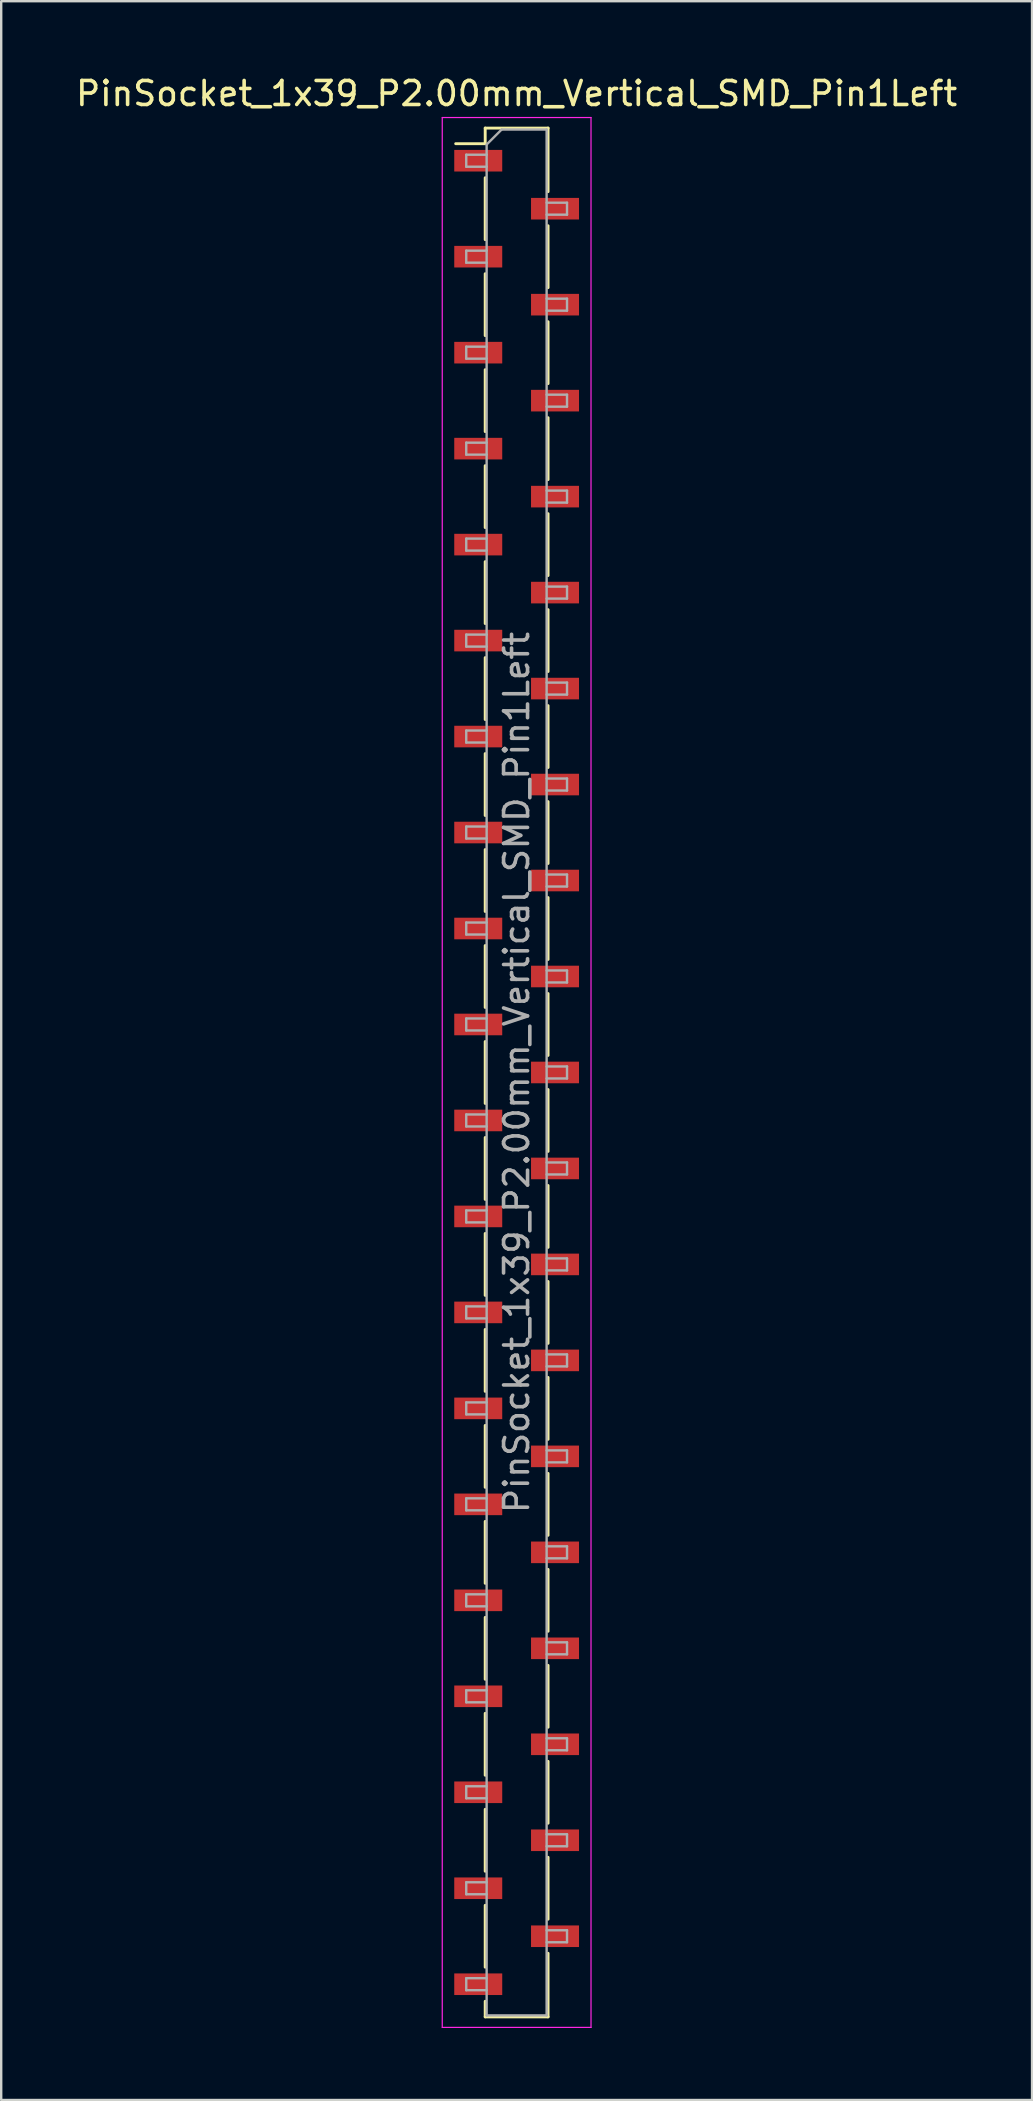
<source format=kicad_pcb>
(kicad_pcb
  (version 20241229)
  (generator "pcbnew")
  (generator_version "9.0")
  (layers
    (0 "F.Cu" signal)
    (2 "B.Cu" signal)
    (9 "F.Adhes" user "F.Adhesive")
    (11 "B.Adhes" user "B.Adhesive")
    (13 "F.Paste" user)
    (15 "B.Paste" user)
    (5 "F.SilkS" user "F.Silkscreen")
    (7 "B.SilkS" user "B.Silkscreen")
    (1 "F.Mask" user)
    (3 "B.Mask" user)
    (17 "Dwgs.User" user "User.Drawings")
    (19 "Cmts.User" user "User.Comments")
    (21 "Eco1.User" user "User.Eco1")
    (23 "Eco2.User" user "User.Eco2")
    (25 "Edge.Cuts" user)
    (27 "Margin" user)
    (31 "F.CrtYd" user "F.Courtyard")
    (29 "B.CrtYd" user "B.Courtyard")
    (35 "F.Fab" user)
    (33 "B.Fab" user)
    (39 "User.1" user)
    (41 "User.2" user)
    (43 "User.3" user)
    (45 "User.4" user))
  (footprint "PinSocket_1x39_P2.00mm_Vertical_SMD_Pin1Left"
    (layer "F.Cu")
    (at 18.482 41.648)
    (property "Reference" "PinSocket_1x39_P2.00mm_Vertical_SMD_Pin1Left" (at 0 -40.8 0) (layer "F.SilkS") (effects (font (size 1 1) (thickness 0.15))))
    (attr smd)
    (fp_line (start -2.54 -38.71) (end -1.31 -38.71) (stroke (width 0.12) (type solid)) (layer "F.SilkS"))
    (fp_line (start -1.31 -39.36) (end -1.31 -38.71) (stroke (width 0.12) (type solid)) (layer "F.SilkS"))
    (fp_line (start -1.31 -39.36) (end 1.31 -39.36) (stroke (width 0.12) (type solid)) (layer "F.SilkS"))
    (fp_line (start -1.31 -37.29) (end -1.31 -34.71) (stroke (width 0.12) (type solid)) (layer "F.SilkS"))
    (fp_line (start -1.31 -33.29) (end -1.31 -30.71) (stroke (width 0.12) (type solid)) (layer "F.SilkS"))
    (fp_line (start -1.31 -29.29) (end -1.31 -26.71) (stroke (width 0.12) (type solid)) (layer "F.SilkS"))
    (fp_line (start -1.31 -25.29) (end -1.31 -22.71) (stroke (width 0.12) (type solid)) (layer "F.SilkS"))
    (fp_line (start -1.31 -21.29) (end -1.31 -18.71) (stroke (width 0.12) (type solid)) (layer "F.SilkS"))
    (fp_line (start -1.31 -17.29) (end -1.31 -14.71) (stroke (width 0.12) (type solid)) (layer "F.SilkS"))
    (fp_line (start -1.31 -13.29) (end -1.31 -10.71) (stroke (width 0.12) (type solid)) (layer "F.SilkS"))
    (fp_line (start -1.31 -9.29) (end -1.31 -6.71) (stroke (width 0.12) (type solid)) (layer "F.SilkS"))
    (fp_line (start -1.31 -5.29) (end -1.31 -2.71) (stroke (width 0.12) (type solid)) (layer "F.SilkS"))
    (fp_line (start -1.31 -1.29) (end -1.31 1.29) (stroke (width 0.12) (type solid)) (layer "F.SilkS"))
    (fp_line (start -1.31 2.71) (end -1.31 5.29) (stroke (width 0.12) (type solid)) (layer "F.SilkS"))
    (fp_line (start -1.31 6.71) (end -1.31 9.29) (stroke (width 0.12) (type solid)) (layer "F.SilkS"))
    (fp_line (start -1.31 10.71) (end -1.31 13.29) (stroke (width 0.12) (type solid)) (layer "F.SilkS"))
    (fp_line (start -1.31 14.71) (end -1.31 17.29) (stroke (width 0.12) (type solid)) (layer "F.SilkS"))
    (fp_line (start -1.31 18.71) (end -1.31 21.29) (stroke (width 0.12) (type solid)) (layer "F.SilkS"))
    (fp_line (start -1.31 22.71) (end -1.31 25.29) (stroke (width 0.12) (type solid)) (layer "F.SilkS"))
    (fp_line (start -1.31 26.71) (end -1.31 29.29) (stroke (width 0.12) (type solid)) (layer "F.SilkS"))
    (fp_line (start -1.31 30.71) (end -1.31 33.29) (stroke (width 0.12) (type solid)) (layer "F.SilkS"))
    (fp_line (start -1.31 34.71) (end -1.31 37.29) (stroke (width 0.12) (type solid)) (layer "F.SilkS"))
    (fp_line (start -1.31 38.71) (end -1.31 39.36) (stroke (width 0.12) (type solid)) (layer "F.SilkS"))
    (fp_line (start -1.31 39.36) (end 1.31 39.36) (stroke (width 0.12) (type solid)) (layer "F.SilkS"))
    (fp_line (start 1.31 -39.36) (end 1.31 -36.71) (stroke (width 0.12) (type solid)) (layer "F.SilkS"))
    (fp_line (start 1.31 -35.29) (end 1.31 -32.71) (stroke (width 0.12) (type solid)) (layer "F.SilkS"))
    (fp_line (start 1.31 -31.29) (end 1.31 -28.71) (stroke (width 0.12) (type solid)) (layer "F.SilkS"))
    (fp_line (start 1.31 -27.29) (end 1.31 -24.71) (stroke (width 0.12) (type solid)) (layer "F.SilkS"))
    (fp_line (start 1.31 -23.29) (end 1.31 -20.71) (stroke (width 0.12) (type solid)) (layer "F.SilkS"))
    (fp_line (start 1.31 -19.29) (end 1.31 -16.71) (stroke (width 0.12) (type solid)) (layer "F.SilkS"))
    (fp_line (start 1.31 -15.29) (end 1.31 -12.71) (stroke (width 0.12) (type solid)) (layer "F.SilkS"))
    (fp_line (start 1.31 -11.29) (end 1.31 -8.71) (stroke (width 0.12) (type solid)) (layer "F.SilkS"))
    (fp_line (start 1.31 -7.29) (end 1.31 -4.71) (stroke (width 0.12) (type solid)) (layer "F.SilkS"))
    (fp_line (start 1.31 -3.29) (end 1.31 -0.71) (stroke (width 0.12) (type solid)) (layer "F.SilkS"))
    (fp_line (start 1.31 0.71) (end 1.31 3.29) (stroke (width 0.12) (type solid)) (layer "F.SilkS"))
    (fp_line (start 1.31 4.71) (end 1.31 7.29) (stroke (width 0.12) (type solid)) (layer "F.SilkS"))
    (fp_line (start 1.31 8.71) (end 1.31 11.29) (stroke (width 0.12) (type solid)) (layer "F.SilkS"))
    (fp_line (start 1.31 12.71) (end 1.31 15.29) (stroke (width 0.12) (type solid)) (layer "F.SilkS"))
    (fp_line (start 1.31 16.71) (end 1.31 19.29) (stroke (width 0.12) (type solid)) (layer "F.SilkS"))
    (fp_line (start 1.31 20.71) (end 1.31 23.29) (stroke (width 0.12) (type solid)) (layer "F.SilkS"))
    (fp_line (start 1.31 24.71) (end 1.31 27.29) (stroke (width 0.12) (type solid)) (layer "F.SilkS"))
    (fp_line (start 1.31 28.71) (end 1.31 31.29) (stroke (width 0.12) (type solid)) (layer "F.SilkS"))
    (fp_line (start 1.31 32.71) (end 1.31 35.29) (stroke (width 0.12) (type solid)) (layer "F.SilkS"))
    (fp_line (start 1.31 36.71) (end 1.31 39.36) (stroke (width 0.12) (type solid)) (layer "F.SilkS"))
    (fp_line (start -3.1 -39.8) (end 3.1 -39.8) (stroke (width 0.05) (type solid)) (layer "F.CrtYd"))
    (fp_line (start -3.1 39.8) (end -3.1 -39.8) (stroke (width 0.05) (type solid)) (layer "F.CrtYd"))
    (fp_line (start 3.1 -39.8) (end 3.1 39.8) (stroke (width 0.05) (type solid)) (layer "F.CrtYd"))
    (fp_line (start 3.1 39.8) (end -3.1 39.8) (stroke (width 0.05) (type solid)) (layer "F.CrtYd"))
    (fp_line (start -2.1 -38.25) (end -1.25 -38.25) (stroke (width 0.1) (type solid)) (layer "F.Fab"))
    (fp_line (start -2.1 -37.75) (end -2.1 -38.25) (stroke (width 0.1) (type solid)) (layer "F.Fab"))
    (fp_line (start -2.1 -34.25) (end -1.25 -34.25) (stroke (width 0.1) (type solid)) (layer "F.Fab"))
    (fp_line (start -2.1 -33.75) (end -2.1 -34.25) (stroke (width 0.1) (type solid)) (layer "F.Fab"))
    (fp_line (start -2.1 -30.25) (end -1.25 -30.25) (stroke (width 0.1) (type solid)) (layer "F.Fab"))
    (fp_line (start -2.1 -29.75) (end -2.1 -30.25) (stroke (width 0.1) (type solid)) (layer "F.Fab"))
    (fp_line (start -2.1 -26.25) (end -1.25 -26.25) (stroke (width 0.1) (type solid)) (layer "F.Fab"))
    (fp_line (start -2.1 -25.75) (end -2.1 -26.25) (stroke (width 0.1) (type solid)) (layer "F.Fab"))
    (fp_line (start -2.1 -22.25) (end -1.25 -22.25) (stroke (width 0.1) (type solid)) (layer "F.Fab"))
    (fp_line (start -2.1 -21.75) (end -2.1 -22.25) (stroke (width 0.1) (type solid)) (layer "F.Fab"))
    (fp_line (start -2.1 -18.25) (end -1.25 -18.25) (stroke (width 0.1) (type solid)) (layer "F.Fab"))
    (fp_line (start -2.1 -17.75) (end -2.1 -18.25) (stroke (width 0.1) (type solid)) (layer "F.Fab"))
    (fp_line (start -2.1 -14.25) (end -1.25 -14.25) (stroke (width 0.1) (type solid)) (layer "F.Fab"))
    (fp_line (start -2.1 -13.75) (end -2.1 -14.25) (stroke (width 0.1) (type solid)) (layer "F.Fab"))
    (fp_line (start -2.1 -10.25) (end -1.25 -10.25) (stroke (width 0.1) (type solid)) (layer "F.Fab"))
    (fp_line (start -2.1 -9.75) (end -2.1 -10.25) (stroke (width 0.1) (type solid)) (layer "F.Fab"))
    (fp_line (start -2.1 -6.25) (end -1.25 -6.25) (stroke (width 0.1) (type solid)) (layer "F.Fab"))
    (fp_line (start -2.1 -5.75) (end -2.1 -6.25) (stroke (width 0.1) (type solid)) (layer "F.Fab"))
    (fp_line (start -2.1 -2.25) (end -1.25 -2.25) (stroke (width 0.1) (type solid)) (layer "F.Fab"))
    (fp_line (start -2.1 -1.75) (end -2.1 -2.25) (stroke (width 0.1) (type solid)) (layer "F.Fab"))
    (fp_line (start -2.1 1.75) (end -1.25 1.75) (stroke (width 0.1) (type solid)) (layer "F.Fab"))
    (fp_line (start -2.1 2.25) (end -2.1 1.75) (stroke (width 0.1) (type solid)) (layer "F.Fab"))
    (fp_line (start -2.1 5.75) (end -1.25 5.75) (stroke (width 0.1) (type solid)) (layer "F.Fab"))
    (fp_line (start -2.1 6.25) (end -2.1 5.75) (stroke (width 0.1) (type solid)) (layer "F.Fab"))
    (fp_line (start -2.1 9.75) (end -1.25 9.75) (stroke (width 0.1) (type solid)) (layer "F.Fab"))
    (fp_line (start -2.1 10.25) (end -2.1 9.75) (stroke (width 0.1) (type solid)) (layer "F.Fab"))
    (fp_line (start -2.1 13.75) (end -1.25 13.75) (stroke (width 0.1) (type solid)) (layer "F.Fab"))
    (fp_line (start -2.1 14.25) (end -2.1 13.75) (stroke (width 0.1) (type solid)) (layer "F.Fab"))
    (fp_line (start -2.1 17.75) (end -1.25 17.75) (stroke (width 0.1) (type solid)) (layer "F.Fab"))
    (fp_line (start -2.1 18.25) (end -2.1 17.75) (stroke (width 0.1) (type solid)) (layer "F.Fab"))
    (fp_line (start -2.1 21.75) (end -1.25 21.75) (stroke (width 0.1) (type solid)) (layer "F.Fab"))
    (fp_line (start -2.1 22.25) (end -2.1 21.75) (stroke (width 0.1) (type solid)) (layer "F.Fab"))
    (fp_line (start -2.1 25.75) (end -1.25 25.75) (stroke (width 0.1) (type solid)) (layer "F.Fab"))
    (fp_line (start -2.1 26.25) (end -2.1 25.75) (stroke (width 0.1) (type solid)) (layer "F.Fab"))
    (fp_line (start -2.1 29.75) (end -1.25 29.75) (stroke (width 0.1) (type solid)) (layer "F.Fab"))
    (fp_line (start -2.1 30.25) (end -2.1 29.75) (stroke (width 0.1) (type solid)) (layer "F.Fab"))
    (fp_line (start -2.1 33.75) (end -1.25 33.75) (stroke (width 0.1) (type solid)) (layer "F.Fab"))
    (fp_line (start -2.1 34.25) (end -2.1 33.75) (stroke (width 0.1) (type solid)) (layer "F.Fab"))
    (fp_line (start -2.1 37.75) (end -1.25 37.75) (stroke (width 0.1) (type solid)) (layer "F.Fab"))
    (fp_line (start -2.1 38.25) (end -2.1 37.75) (stroke (width 0.1) (type solid)) (layer "F.Fab"))
    (fp_line (start -1.25 -38.675) (end -0.625 -39.3) (stroke (width 0.1) (type solid)) (layer "F.Fab"))
    (fp_line (start -1.25 -37.75) (end -2.1 -37.75) (stroke (width 0.1) (type solid)) (layer "F.Fab"))
    (fp_line (start -1.25 -33.75) (end -2.1 -33.75) (stroke (width 0.1) (type solid)) (layer "F.Fab"))
    (fp_line (start -1.25 -29.75) (end -2.1 -29.75) (stroke (width 0.1) (type solid)) (layer "F.Fab"))
    (fp_line (start -1.25 -25.75) (end -2.1 -25.75) (stroke (width 0.1) (type solid)) (layer "F.Fab"))
    (fp_line (start -1.25 -21.75) (end -2.1 -21.75) (stroke (width 0.1) (type solid)) (layer "F.Fab"))
    (fp_line (start -1.25 -17.75) (end -2.1 -17.75) (stroke (width 0.1) (type solid)) (layer "F.Fab"))
    (fp_line (start -1.25 -13.75) (end -2.1 -13.75) (stroke (width 0.1) (type solid)) (layer "F.Fab"))
    (fp_line (start -1.25 -9.75) (end -2.1 -9.75) (stroke (width 0.1) (type solid)) (layer "F.Fab"))
    (fp_line (start -1.25 -5.75) (end -2.1 -5.75) (stroke (width 0.1) (type solid)) (layer "F.Fab"))
    (fp_line (start -1.25 -1.75) (end -2.1 -1.75) (stroke (width 0.1) (type solid)) (layer "F.Fab"))
    (fp_line (start -1.25 2.25) (end -2.1 2.25) (stroke (width 0.1) (type solid)) (layer "F.Fab"))
    (fp_line (start -1.25 6.25) (end -2.1 6.25) (stroke (width 0.1) (type solid)) (layer "F.Fab"))
    (fp_line (start -1.25 10.25) (end -2.1 10.25) (stroke (width 0.1) (type solid)) (layer "F.Fab"))
    (fp_line (start -1.25 14.25) (end -2.1 14.25) (stroke (width 0.1) (type solid)) (layer "F.Fab"))
    (fp_line (start -1.25 18.25) (end -2.1 18.25) (stroke (width 0.1) (type solid)) (layer "F.Fab"))
    (fp_line (start -1.25 22.25) (end -2.1 22.25) (stroke (width 0.1) (type solid)) (layer "F.Fab"))
    (fp_line (start -1.25 26.25) (end -2.1 26.25) (stroke (width 0.1) (type solid)) (layer "F.Fab"))
    (fp_line (start -1.25 30.25) (end -2.1 30.25) (stroke (width 0.1) (type solid)) (layer "F.Fab"))
    (fp_line (start -1.25 34.25) (end -2.1 34.25) (stroke (width 0.1) (type solid)) (layer "F.Fab"))
    (fp_line (start -1.25 38.25) (end -2.1 38.25) (stroke (width 0.1) (type solid)) (layer "F.Fab"))
    (fp_line (start -1.25 39.3) (end -1.25 -38.675) (stroke (width 0.1) (type solid)) (layer "F.Fab"))
    (fp_line (start -0.625 -39.3) (end 1.25 -39.3) (stroke (width 0.1) (type solid)) (layer "F.Fab"))
    (fp_line (start 1.25 -39.3) (end 1.25 39.3) (stroke (width 0.1) (type solid)) (layer "F.Fab"))
    (fp_line (start 1.25 -36.25) (end 2.1 -36.25) (stroke (width 0.1) (type solid)) (layer "F.Fab"))
    (fp_line (start 1.25 -32.25) (end 2.1 -32.25) (stroke (width 0.1) (type solid)) (layer "F.Fab"))
    (fp_line (start 1.25 -28.25) (end 2.1 -28.25) (stroke (width 0.1) (type solid)) (layer "F.Fab"))
    (fp_line (start 1.25 -24.25) (end 2.1 -24.25) (stroke (width 0.1) (type solid)) (layer "F.Fab"))
    (fp_line (start 1.25 -20.25) (end 2.1 -20.25) (stroke (width 0.1) (type solid)) (layer "F.Fab"))
    (fp_line (start 1.25 -16.25) (end 2.1 -16.25) (stroke (width 0.1) (type solid)) (layer "F.Fab"))
    (fp_line (start 1.25 -12.25) (end 2.1 -12.25) (stroke (width 0.1) (type solid)) (layer "F.Fab"))
    (fp_line (start 1.25 -8.25) (end 2.1 -8.25) (stroke (width 0.1) (type solid)) (layer "F.Fab"))
    (fp_line (start 1.25 -4.25) (end 2.1 -4.25) (stroke (width 0.1) (type solid)) (layer "F.Fab"))
    (fp_line (start 1.25 -0.25) (end 2.1 -0.25) (stroke (width 0.1) (type solid)) (layer "F.Fab"))
    (fp_line (start 1.25 3.75) (end 2.1 3.75) (stroke (width 0.1) (type solid)) (layer "F.Fab"))
    (fp_line (start 1.25 7.75) (end 2.1 7.75) (stroke (width 0.1) (type solid)) (layer "F.Fab"))
    (fp_line (start 1.25 11.75) (end 2.1 11.75) (stroke (width 0.1) (type solid)) (layer "F.Fab"))
    (fp_line (start 1.25 15.75) (end 2.1 15.75) (stroke (width 0.1) (type solid)) (layer "F.Fab"))
    (fp_line (start 1.25 19.75) (end 2.1 19.75) (stroke (width 0.1) (type solid)) (layer "F.Fab"))
    (fp_line (start 1.25 23.75) (end 2.1 23.75) (stroke (width 0.1) (type solid)) (layer "F.Fab"))
    (fp_line (start 1.25 27.75) (end 2.1 27.75) (stroke (width 0.1) (type solid)) (layer "F.Fab"))
    (fp_line (start 1.25 31.75) (end 2.1 31.75) (stroke (width 0.1) (type solid)) (layer "F.Fab"))
    (fp_line (start 1.25 35.75) (end 2.1 35.75) (stroke (width 0.1) (type solid)) (layer "F.Fab"))
    (fp_line (start 1.25 39.3) (end -1.25 39.3) (stroke (width 0.1) (type solid)) (layer "F.Fab"))
    (fp_line (start 2.1 -36.25) (end 2.1 -35.75) (stroke (width 0.1) (type solid)) (layer "F.Fab"))
    (fp_line (start 2.1 -35.75) (end 1.25 -35.75) (stroke (width 0.1) (type solid)) (layer "F.Fab"))
    (fp_line (start 2.1 -32.25) (end 2.1 -31.75) (stroke (width 0.1) (type solid)) (layer "F.Fab"))
    (fp_line (start 2.1 -31.75) (end 1.25 -31.75) (stroke (width 0.1) (type solid)) (layer "F.Fab"))
    (fp_line (start 2.1 -28.25) (end 2.1 -27.75) (stroke (width 0.1) (type solid)) (layer "F.Fab"))
    (fp_line (start 2.1 -27.75) (end 1.25 -27.75) (stroke (width 0.1) (type solid)) (layer "F.Fab"))
    (fp_line (start 2.1 -24.25) (end 2.1 -23.75) (stroke (width 0.1) (type solid)) (layer "F.Fab"))
    (fp_line (start 2.1 -23.75) (end 1.25 -23.75) (stroke (width 0.1) (type solid)) (layer "F.Fab"))
    (fp_line (start 2.1 -20.25) (end 2.1 -19.75) (stroke (width 0.1) (type solid)) (layer "F.Fab"))
    (fp_line (start 2.1 -19.75) (end 1.25 -19.75) (stroke (width 0.1) (type solid)) (layer "F.Fab"))
    (fp_line (start 2.1 -16.25) (end 2.1 -15.75) (stroke (width 0.1) (type solid)) (layer "F.Fab"))
    (fp_line (start 2.1 -15.75) (end 1.25 -15.75) (stroke (width 0.1) (type solid)) (layer "F.Fab"))
    (fp_line (start 2.1 -12.25) (end 2.1 -11.75) (stroke (width 0.1) (type solid)) (layer "F.Fab"))
    (fp_line (start 2.1 -11.75) (end 1.25 -11.75) (stroke (width 0.1) (type solid)) (layer "F.Fab"))
    (fp_line (start 2.1 -8.25) (end 2.1 -7.75) (stroke (width 0.1) (type solid)) (layer "F.Fab"))
    (fp_line (start 2.1 -7.75) (end 1.25 -7.75) (stroke (width 0.1) (type solid)) (layer "F.Fab"))
    (fp_line (start 2.1 -4.25) (end 2.1 -3.75) (stroke (width 0.1) (type solid)) (layer "F.Fab"))
    (fp_line (start 2.1 -3.75) (end 1.25 -3.75) (stroke (width 0.1) (type solid)) (layer "F.Fab"))
    (fp_line (start 2.1 -0.25) (end 2.1 0.25) (stroke (width 0.1) (type solid)) (layer "F.Fab"))
    (fp_line (start 2.1 0.25) (end 1.25 0.25) (stroke (width 0.1) (type solid)) (layer "F.Fab"))
    (fp_line (start 2.1 3.75) (end 2.1 4.25) (stroke (width 0.1) (type solid)) (layer "F.Fab"))
    (fp_line (start 2.1 4.25) (end 1.25 4.25) (stroke (width 0.1) (type solid)) (layer "F.Fab"))
    (fp_line (start 2.1 7.75) (end 2.1 8.25) (stroke (width 0.1) (type solid)) (layer "F.Fab"))
    (fp_line (start 2.1 8.25) (end 1.25 8.25) (stroke (width 0.1) (type solid)) (layer "F.Fab"))
    (fp_line (start 2.1 11.75) (end 2.1 12.25) (stroke (width 0.1) (type solid)) (layer "F.Fab"))
    (fp_line (start 2.1 12.25) (end 1.25 12.25) (stroke (width 0.1) (type solid)) (layer "F.Fab"))
    (fp_line (start 2.1 15.75) (end 2.1 16.25) (stroke (width 0.1) (type solid)) (layer "F.Fab"))
    (fp_line (start 2.1 16.25) (end 1.25 16.25) (stroke (width 0.1) (type solid)) (layer "F.Fab"))
    (fp_line (start 2.1 19.75) (end 2.1 20.25) (stroke (width 0.1) (type solid)) (layer "F.Fab"))
    (fp_line (start 2.1 20.25) (end 1.25 20.25) (stroke (width 0.1) (type solid)) (layer "F.Fab"))
    (fp_line (start 2.1 23.75) (end 2.1 24.25) (stroke (width 0.1) (type solid)) (layer "F.Fab"))
    (fp_line (start 2.1 24.25) (end 1.25 24.25) (stroke (width 0.1) (type solid)) (layer "F.Fab"))
    (fp_line (start 2.1 27.75) (end 2.1 28.25) (stroke (width 0.1) (type solid)) (layer "F.Fab"))
    (fp_line (start 2.1 28.25) (end 1.25 28.25) (stroke (width 0.1) (type solid)) (layer "F.Fab"))
    (fp_line (start 2.1 31.75) (end 2.1 32.25) (stroke (width 0.1) (type solid)) (layer "F.Fab"))
    (fp_line (start 2.1 32.25) (end 1.25 32.25) (stroke (width 0.1) (type solid)) (layer "F.Fab"))
    (fp_line (start 2.1 35.75) (end 2.1 36.25) (stroke (width 0.1) (type solid)) (layer "F.Fab"))
    (fp_line (start 2.1 36.25) (end 1.25 36.25) (stroke (width 0.1) (type solid)) (layer "F.Fab"))
    (fp_text user "${REFERENCE}" (at 0 0 90) (layer "F.Fab") (effects (font (size 1 1) (thickness 0.15))))
    (pad "1" smd rect (at -1.6 -38) (size 2 0.9) (layers "F.Cu" "F.Mask" "F.Paste"))
    (pad "2" smd rect (at 1.6 -36) (size 2 0.9) (layers "F.Cu" "F.Mask" "F.Paste"))
    (pad "3" smd rect (at -1.6 -34) (size 2 0.9) (layers "F.Cu" "F.Mask" "F.Paste"))
    (pad "4" smd rect (at 1.6 -32) (size 2 0.9) (layers "F.Cu" "F.Mask" "F.Paste"))
    (pad "5" smd rect (at -1.6 -30) (size 2 0.9) (layers "F.Cu" "F.Mask" "F.Paste"))
    (pad "6" smd rect (at 1.6 -28) (size 2 0.9) (layers "F.Cu" "F.Mask" "F.Paste"))
    (pad "7" smd rect (at -1.6 -26) (size 2 0.9) (layers "F.Cu" "F.Mask" "F.Paste"))
    (pad "8" smd rect (at 1.6 -24) (size 2 0.9) (layers "F.Cu" "F.Mask" "F.Paste"))
    (pad "9" smd rect (at -1.6 -22) (size 2 0.9) (layers "F.Cu" "F.Mask" "F.Paste"))
    (pad "10" smd rect (at 1.6 -20) (size 2 0.9) (layers "F.Cu" "F.Mask" "F.Paste"))
    (pad "11" smd rect (at -1.6 -18) (size 2 0.9) (layers "F.Cu" "F.Mask" "F.Paste"))
    (pad "12" smd rect (at 1.6 -16) (size 2 0.9) (layers "F.Cu" "F.Mask" "F.Paste"))
    (pad "13" smd rect (at -1.6 -14) (size 2 0.9) (layers "F.Cu" "F.Mask" "F.Paste"))
    (pad "14" smd rect (at 1.6 -12) (size 2 0.9) (layers "F.Cu" "F.Mask" "F.Paste"))
    (pad "15" smd rect (at -1.6 -10) (size 2 0.9) (layers "F.Cu" "F.Mask" "F.Paste"))
    (pad "16" smd rect (at 1.6 -8) (size 2 0.9) (layers "F.Cu" "F.Mask" "F.Paste"))
    (pad "17" smd rect (at -1.6 -6) (size 2 0.9) (layers "F.Cu" "F.Mask" "F.Paste"))
    (pad "18" smd rect (at 1.6 -4) (size 2 0.9) (layers "F.Cu" "F.Mask" "F.Paste"))
    (pad "19" smd rect (at -1.6 -2) (size 2 0.9) (layers "F.Cu" "F.Mask" "F.Paste"))
    (pad "20" smd rect (at 1.6 0) (size 2 0.9) (layers "F.Cu" "F.Mask" "F.Paste"))
    (pad "21" smd rect (at -1.6 2) (size 2 0.9) (layers "F.Cu" "F.Mask" "F.Paste"))
    (pad "22" smd rect (at 1.6 4) (size 2 0.9) (layers "F.Cu" "F.Mask" "F.Paste"))
    (pad "23" smd rect (at -1.6 6) (size 2 0.9) (layers "F.Cu" "F.Mask" "F.Paste"))
    (pad "24" smd rect (at 1.6 8) (size 2 0.9) (layers "F.Cu" "F.Mask" "F.Paste"))
    (pad "25" smd rect (at -1.6 10) (size 2 0.9) (layers "F.Cu" "F.Mask" "F.Paste"))
    (pad "26" smd rect (at 1.6 12) (size 2 0.9) (layers "F.Cu" "F.Mask" "F.Paste"))
    (pad "27" smd rect (at -1.6 14) (size 2 0.9) (layers "F.Cu" "F.Mask" "F.Paste"))
    (pad "28" smd rect (at 1.6 16) (size 2 0.9) (layers "F.Cu" "F.Mask" "F.Paste"))
    (pad "29" smd rect (at -1.6 18) (size 2 0.9) (layers "F.Cu" "F.Mask" "F.Paste"))
    (pad "30" smd rect (at 1.6 20) (size 2 0.9) (layers "F.Cu" "F.Mask" "F.Paste"))
    (pad "31" smd rect (at -1.6 22) (size 2 0.9) (layers "F.Cu" "F.Mask" "F.Paste"))
    (pad "32" smd rect (at 1.6 24) (size 2 0.9) (layers "F.Cu" "F.Mask" "F.Paste"))
    (pad "33" smd rect (at -1.6 26) (size 2 0.9) (layers "F.Cu" "F.Mask" "F.Paste"))
    (pad "34" smd rect (at 1.6 28) (size 2 0.9) (layers "F.Cu" "F.Mask" "F.Paste"))
    (pad "35" smd rect (at -1.6 30) (size 2 0.9) (layers "F.Cu" "F.Mask" "F.Paste"))
    (pad "36" smd rect (at 1.6 32) (size 2 0.9) (layers "F.Cu" "F.Mask" "F.Paste"))
    (pad "37" smd rect (at -1.6 34) (size 2 0.9) (layers "F.Cu" "F.Mask" "F.Paste"))
    (pad "38" smd rect (at 1.6 36) (size 2 0.9) (layers "F.Cu" "F.Mask" "F.Paste"))
    (pad "39" smd rect (at -1.6 38) (size 2 0.9) (layers "F.Cu" "F.Mask" "F.Paste")))
  (gr_rect
    (start -3 -3)
    (end 39.964 84.473)
    (stroke (width 0.1) (type default))
    (fill no)
    (layer "Edge.Cuts")))
</source>
